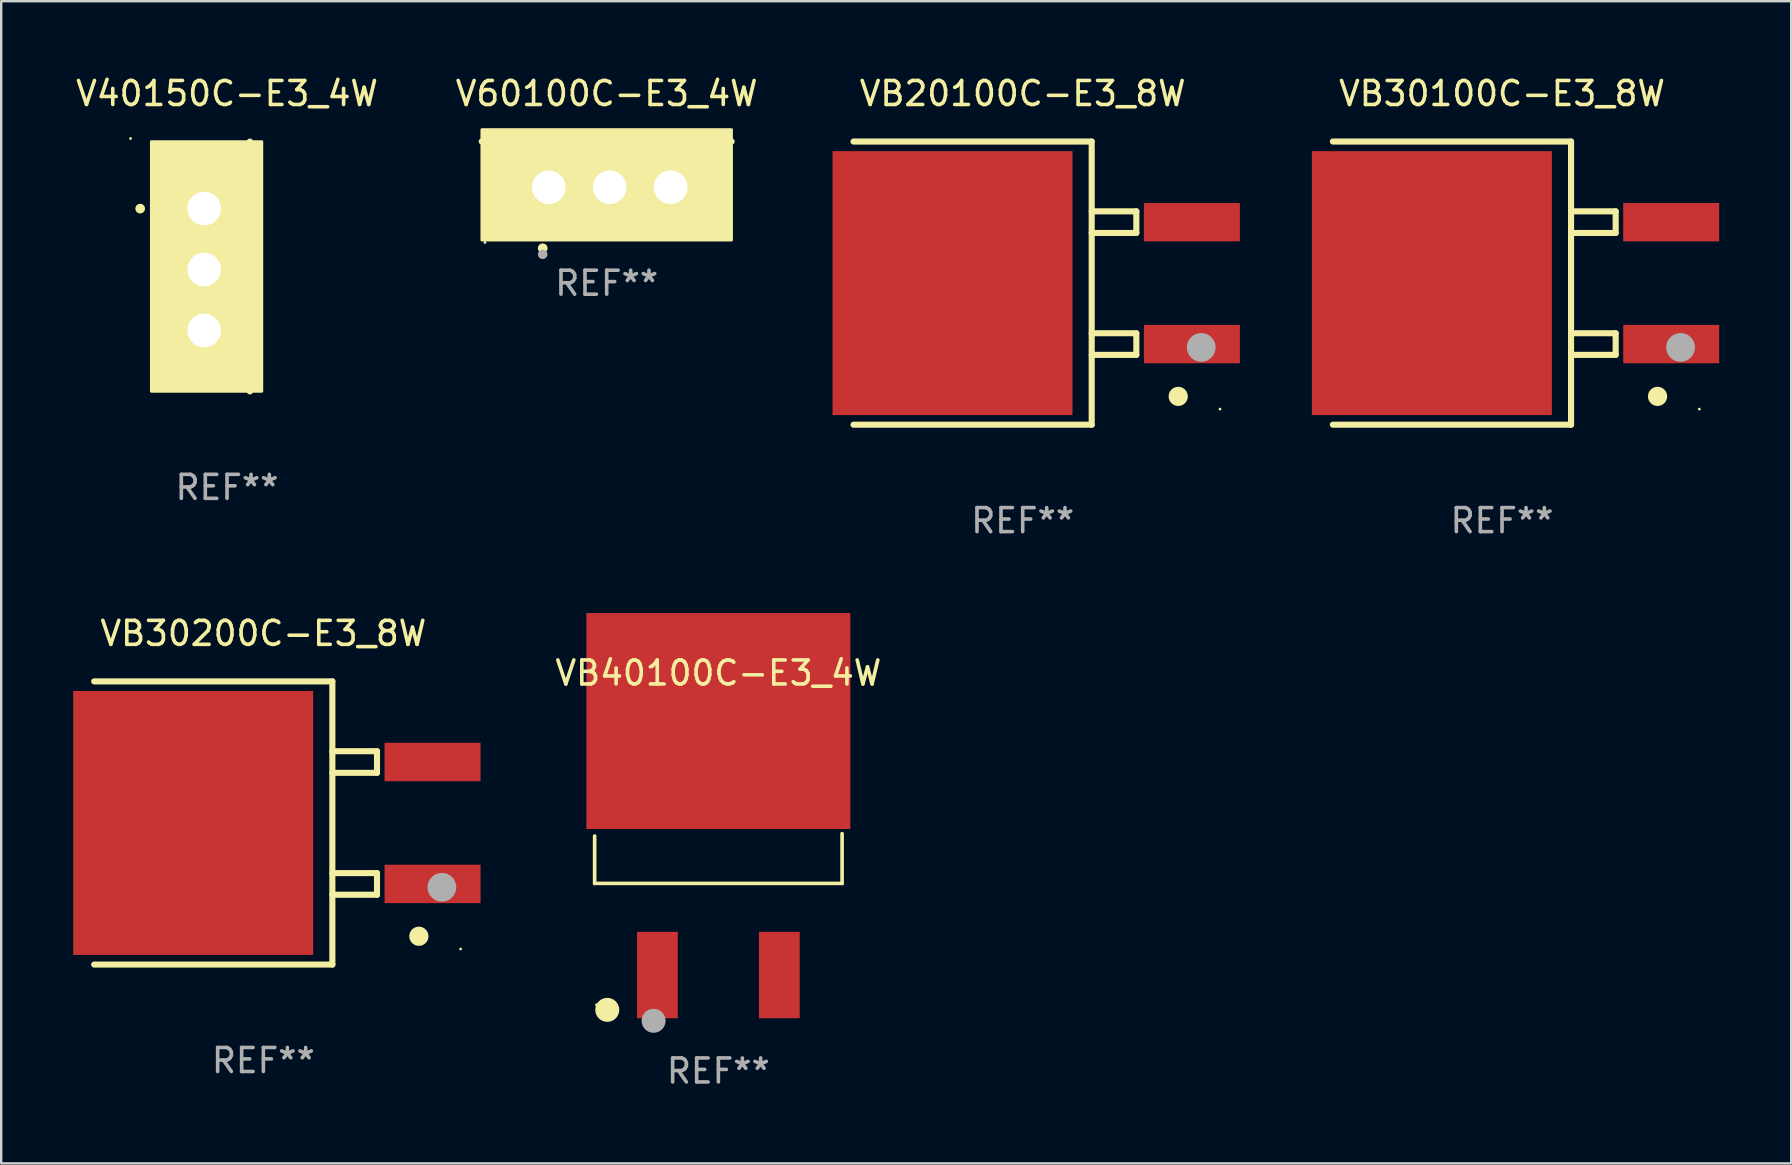
<source format=kicad_pcb>
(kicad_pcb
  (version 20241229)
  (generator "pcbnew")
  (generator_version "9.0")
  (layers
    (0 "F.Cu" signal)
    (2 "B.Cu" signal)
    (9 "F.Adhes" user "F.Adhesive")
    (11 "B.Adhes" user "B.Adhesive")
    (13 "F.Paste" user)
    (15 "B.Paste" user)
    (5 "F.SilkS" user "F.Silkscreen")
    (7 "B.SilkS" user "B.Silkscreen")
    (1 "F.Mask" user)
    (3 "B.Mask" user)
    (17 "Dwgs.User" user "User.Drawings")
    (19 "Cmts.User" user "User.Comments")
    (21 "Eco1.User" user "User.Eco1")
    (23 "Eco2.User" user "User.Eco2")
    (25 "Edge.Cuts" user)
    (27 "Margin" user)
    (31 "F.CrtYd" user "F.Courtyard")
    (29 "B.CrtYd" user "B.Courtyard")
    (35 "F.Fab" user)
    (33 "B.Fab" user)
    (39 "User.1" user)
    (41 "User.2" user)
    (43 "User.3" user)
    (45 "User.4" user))
  (footprint "VB30100C-E3_8W"
    (layer "F.Cu")
    (at 59.543 8.748)
    (property "Reference" "VB30100C-E3_8W" (at 0 -7.9 0) (layer "F.SilkS") (effects (font (size 1 1) (thickness 0.15))))
    (attr through_hole)
    (fp_line (start -7.05 5.9) (end 2.875 5.9) (stroke (width 0.254) (type solid)) (layer "F.SilkS"))
    (fp_line (start 2.875 -5.9) (end -7.05 -5.9) (stroke (width 0.254) (type solid)) (layer "F.SilkS"))
    (fp_line (start 2.875 -5.9) (end 2.875 5.9) (stroke (width 0.254) (type solid)) (layer "F.SilkS"))
    (fp_line (start 2.875 -2.991) (end 4.735 -2.991) (stroke (width 0.254) (type solid)) (layer "F.SilkS"))
    (fp_line (start 2.875 2.089) (end 4.735 2.089) (stroke (width 0.254) (type solid)) (layer "F.SilkS"))
    (fp_line (start 4.735 -2.991) (end 4.735 -2.09) (stroke (width 0.254) (type solid)) (layer "F.SilkS"))
    (fp_line (start 4.735 -2.09) (end 2.875 -2.09) (stroke (width 0.254) (type solid)) (layer "F.SilkS"))
    (fp_line (start 4.735 2.089) (end 4.735 2.99) (stroke (width 0.254) (type solid)) (layer "F.SilkS"))
    (fp_line (start 4.735 2.99) (end 2.875 2.99) (stroke (width 0.254) (type solid)) (layer "F.SilkS"))
    (fp_circle (center 6.48 4.72) (end 6.68 4.72) (stroke (width 0.4) (type solid)) (fill no) (layer "F.SilkS"))
    (fp_circle (center 8.22 5.25) (end 8.25 5.25) (stroke (width 0.06) (type solid)) (fill no) (layer "F.SilkS"))
    (fp_circle (center 7.44 2.68) (end 7.74 2.68) (stroke (width 0.6) (type solid)) (fill no) (layer "F.Fab"))
    (fp_text user "REF**" (at 0 9.9 0) (layer "F.Fab") (effects (font (size 1 1) (thickness 0.15))))
    (pad "1" smd rect (at 7.05 2.54) (size 4 1.6) (layers "F.Cu" "F.Mask" "F.Paste"))
    (pad "2" smd rect (at 7.05 -2.54) (size 4 1.6) (layers "F.Cu" "F.Mask" "F.Paste"))
    (pad "3" smd rect (at -2.925 0.000102) (size 10 11) (layers "F.Cu" "F.Mask" "F.Paste")))
  (footprint "VB30200C-E3_8W"
    (layer "F.Cu")
    (at 7.925 31.245)
    (property "Reference" "VB30200C-E3_8W" (at 0 -7.9 0) (layer "F.SilkS") (effects (font (size 1 1) (thickness 0.15))))
    (attr through_hole)
    (fp_line (start -7.05 5.9) (end 2.875 5.9) (stroke (width 0.254) (type solid)) (layer "F.SilkS"))
    (fp_line (start 2.875 -5.9) (end -7.05 -5.9) (stroke (width 0.254) (type solid)) (layer "F.SilkS"))
    (fp_line (start 2.875 -5.9) (end 2.875 5.9) (stroke (width 0.254) (type solid)) (layer "F.SilkS"))
    (fp_line (start 2.875 -2.991) (end 4.735 -2.991) (stroke (width 0.254) (type solid)) (layer "F.SilkS"))
    (fp_line (start 2.875 2.089) (end 4.735 2.089) (stroke (width 0.254) (type solid)) (layer "F.SilkS"))
    (fp_line (start 4.735 -2.991) (end 4.735 -2.09) (stroke (width 0.254) (type solid)) (layer "F.SilkS"))
    (fp_line (start 4.735 -2.09) (end 2.875 -2.09) (stroke (width 0.254) (type solid)) (layer "F.SilkS"))
    (fp_line (start 4.735 2.089) (end 4.735 2.99) (stroke (width 0.254) (type solid)) (layer "F.SilkS"))
    (fp_line (start 4.735 2.99) (end 2.875 2.99) (stroke (width 0.254) (type solid)) (layer "F.SilkS"))
    (fp_circle (center 6.48 4.72) (end 6.68 4.72) (stroke (width 0.4) (type solid)) (fill no) (layer "F.SilkS"))
    (fp_circle (center 8.22 5.25) (end 8.25 5.25) (stroke (width 0.06) (type solid)) (fill no) (layer "F.SilkS"))
    (fp_circle (center 7.44 2.68) (end 7.74 2.68) (stroke (width 0.6) (type solid)) (fill no) (layer "F.Fab"))
    (fp_text user "REF**" (at 0 9.9 0) (layer "F.Fab") (effects (font (size 1 1) (thickness 0.15))))
    (pad "1" smd rect (at 7.05 2.54) (size 4 1.6) (layers "F.Cu" "F.Mask" "F.Paste"))
    (pad "2" smd rect (at 7.05 -2.54) (size 4 1.6) (layers "F.Cu" "F.Mask" "F.Paste"))
    (pad "3" smd rect (at -2.925 0.000102) (size 10 11) (layers "F.Cu" "F.Mask" "F.Paste")))
  (footprint "VB40100C-E3_4W"
    (layer "F.Cu")
    (at 26.886 32.289)
    (property "Reference" "VB40100C-E3_4W" (at 0 -7.293 0) (layer "F.SilkS") (effects (font (size 1 1) (thickness 0.15))))
    (attr through_hole)
    (fp_line (start -5.156 1.474) (end -5.156 -0.5) (stroke (width 0.152) (type solid)) (layer "F.SilkS"))
    (fp_line (start -5.156 1.474) (end 5.156 1.474) (stroke (width 0.152) (type solid)) (layer "F.SilkS"))
    (fp_line (start 5.156 1.474) (end 5.156 -0.6) (stroke (width 0.152) (type solid)) (layer "F.SilkS"))
    (fp_circle (center -5.08 6.53) (end -5.05 6.53) (stroke (width 0.06) (type solid)) (fill no) (layer "F.SilkS"))
    (fp_circle (center -4.63 6.743) (end -4.38 6.743) (stroke (width 0.5) (type solid)) (fill no) (layer "F.SilkS"))
    (fp_circle (center -2.7 7.2) (end -2.45 7.2) (stroke (width 0.5) (type solid)) (fill no) (layer "F.Fab"))
    (fp_text user "REF**" (at 0 9.293 0) (layer "F.Fab") (effects (font (size 1 1) (thickness 0.15))))
    (pad "1" smd rect (at -2.54 5.293 270) (size 3.6 1.7) (layers "F.Cu" "F.Mask" "F.Paste"))
    (pad "2" smd rect (at 0.000089 -5.293 270) (size 9 11) (layers "F.Cu" "F.Mask" "F.Paste"))
    (pad "3" smd rect (at 2.54 5.293 270) (size 3.6 1.7) (layers "F.Cu" "F.Mask" "F.Paste")))
  (footprint "VB20100C-E3_8W"
    (layer "F.Cu")
    (at 39.568 8.748)
    (property "Reference" "VB20100C-E3_8W" (at 0 -7.9 0) (layer "F.SilkS") (effects (font (size 1 1) (thickness 0.15))))
    (attr through_hole)
    (fp_line (start -7.05 5.9) (end 2.875 5.9) (stroke (width 0.254) (type solid)) (layer "F.SilkS"))
    (fp_line (start 2.875 -5.9) (end -7.05 -5.9) (stroke (width 0.254) (type solid)) (layer "F.SilkS"))
    (fp_line (start 2.875 -5.9) (end 2.875 5.9) (stroke (width 0.254) (type solid)) (layer "F.SilkS"))
    (fp_line (start 2.875 -2.991) (end 4.735 -2.991) (stroke (width 0.254) (type solid)) (layer "F.SilkS"))
    (fp_line (start 2.875 2.089) (end 4.735 2.089) (stroke (width 0.254) (type solid)) (layer "F.SilkS"))
    (fp_line (start 4.735 -2.991) (end 4.735 -2.09) (stroke (width 0.254) (type solid)) (layer "F.SilkS"))
    (fp_line (start 4.735 -2.09) (end 2.875 -2.09) (stroke (width 0.254) (type solid)) (layer "F.SilkS"))
    (fp_line (start 4.735 2.089) (end 4.735 2.99) (stroke (width 0.254) (type solid)) (layer "F.SilkS"))
    (fp_line (start 4.735 2.99) (end 2.875 2.99) (stroke (width 0.254) (type solid)) (layer "F.SilkS"))
    (fp_circle (center 6.48 4.72) (end 6.68 4.72) (stroke (width 0.4) (type solid)) (fill no) (layer "F.SilkS"))
    (fp_circle (center 8.22 5.25) (end 8.25 5.25) (stroke (width 0.06) (type solid)) (fill no) (layer "F.SilkS"))
    (fp_circle (center 7.44 2.68) (end 7.74 2.68) (stroke (width 0.6) (type solid)) (fill no) (layer "F.Fab"))
    (fp_text user "REF**" (at 0 9.9 0) (layer "F.Fab") (effects (font (size 1 1) (thickness 0.15))))
    (pad "1" smd rect (at 7.05 2.54) (size 4 1.6) (layers "F.Cu" "F.Mask" "F.Paste"))
    (pad "2" smd rect (at 7.05 -2.54) (size 4 1.6) (layers "F.Cu" "F.Mask" "F.Paste"))
    (pad "3" smd rect (at -2.925 0.000102) (size 10 11) (layers "F.Cu" "F.Mask" "F.Paste")))
  (footprint "V40150C-E3_4W"
    (layer "F.Cu")
    (at 6.411 8.055)
    (property "Reference" "V40150C-E3_4W" (at 0 -7.207 0) (layer "F.SilkS") (effects (font (size 1 1) (thickness 0.15))))
    (attr through_hole)
    (fp_line (start 0.953 5.207) (end 0.953 -5.207) (stroke (width 0.254) (type solid)) (layer "F.SilkS"))
    (fp_arc (start -3.619507 -2.410465) (mid -3.619511 -2.411735) (end -3.619507 -2.413005) (stroke (width 0.4) (type solid)) (layer "F.SilkS"))
    (fp_circle (center -4.02 -5.334) (end -3.99 -5.334) (stroke (width 0.06) (type solid)) (fill no) (layer "F.SilkS"))
    (fp_poly (pts (xy -3.152 -5.2) (xy 1.448 -5.2) (xy 1.448 5.2) (xy -3.152 5.2)) (stroke (width 0.12) (type solid)) (fill yes) (layer "F.SilkS"))
    (fp_text user "REF**" (at 0 9.207 0) (layer "F.Fab") (effects (font (size 1 1) (thickness 0.15))))
    (pad "1" thru_hole rect (at -0.953 -2.413 270) (size 2 2.5) (drill 1.4) (layers "*.Cu" "*.Mask"))
    (pad "2" thru_hole oval (at -0.953 0.127 270) (size 2 2.5) (drill 1.4) (layers "*.Cu" "*.Mask"))
    (pad "3" thru_hole oval (at -0.953 2.667 270) (size 2 2.5) (drill 1.4) (layers "*.Cu" "*.Mask")))
  (footprint "V60100C-E3_4W"
    (layer "F.Cu")
    (at 22.232 3.801)
    (property "Reference" "V60100C-E3_4W" (at 0 -2.953 0) (layer "F.SilkS") (effects (font (size 1 1) (thickness 0.15))))
    (attr through_hole)
    (fp_line (start 5.207 -0.953) (end -5.207 -0.953) (stroke (width 0.254) (type solid)) (layer "F.SilkS"))
    (fp_arc (start -2.66698 3.49252) (mid -2.66571 3.492516) (end -2.66444 3.49252) (stroke (width 0.4) (type solid)) (layer "F.SilkS"))
    (fp_circle (center -5.073 3.252) (end -5.043 3.252) (stroke (width 0.06) (type solid)) (fill no) (layer "F.SilkS"))
    (fp_poly (pts (xy -5.2 -1.448) (xy 5.2 -1.448) (xy 5.2 3.152) (xy -5.2 3.152)) (stroke (width 0.12) (type solid)) (fill yes) (layer "F.SilkS"))
    (fp_circle (center -2.667 3.747) (end -2.567 3.747) (stroke (width 0.2) (type solid)) (fill no) (layer "F.Fab"))
    (fp_text user "REF**" (at 0 4.953 0) (layer "F.Fab") (effects (font (size 1 1) (thickness 0.15))))
    (pad "1" thru_hole rect (at -2.413 0.953) (size 2 2.5) (drill 1.4) (layers "*.Cu" "*.Mask"))
    (pad "2" thru_hole oval (at 0.127 0.953) (size 2 2.5) (drill 1.4) (layers "*.Cu" "*.Mask"))
    (pad "3" thru_hole oval (at 2.667 0.953) (size 2 2.5) (drill 1.4) (layers "*.Cu" "*.Mask")))
  (gr_rect
    (start -3 -3)
    (end 71.593 45.43)
    (stroke (width 0.1) (type default))
    (fill no)
    (layer "Edge.Cuts")))
</source>
